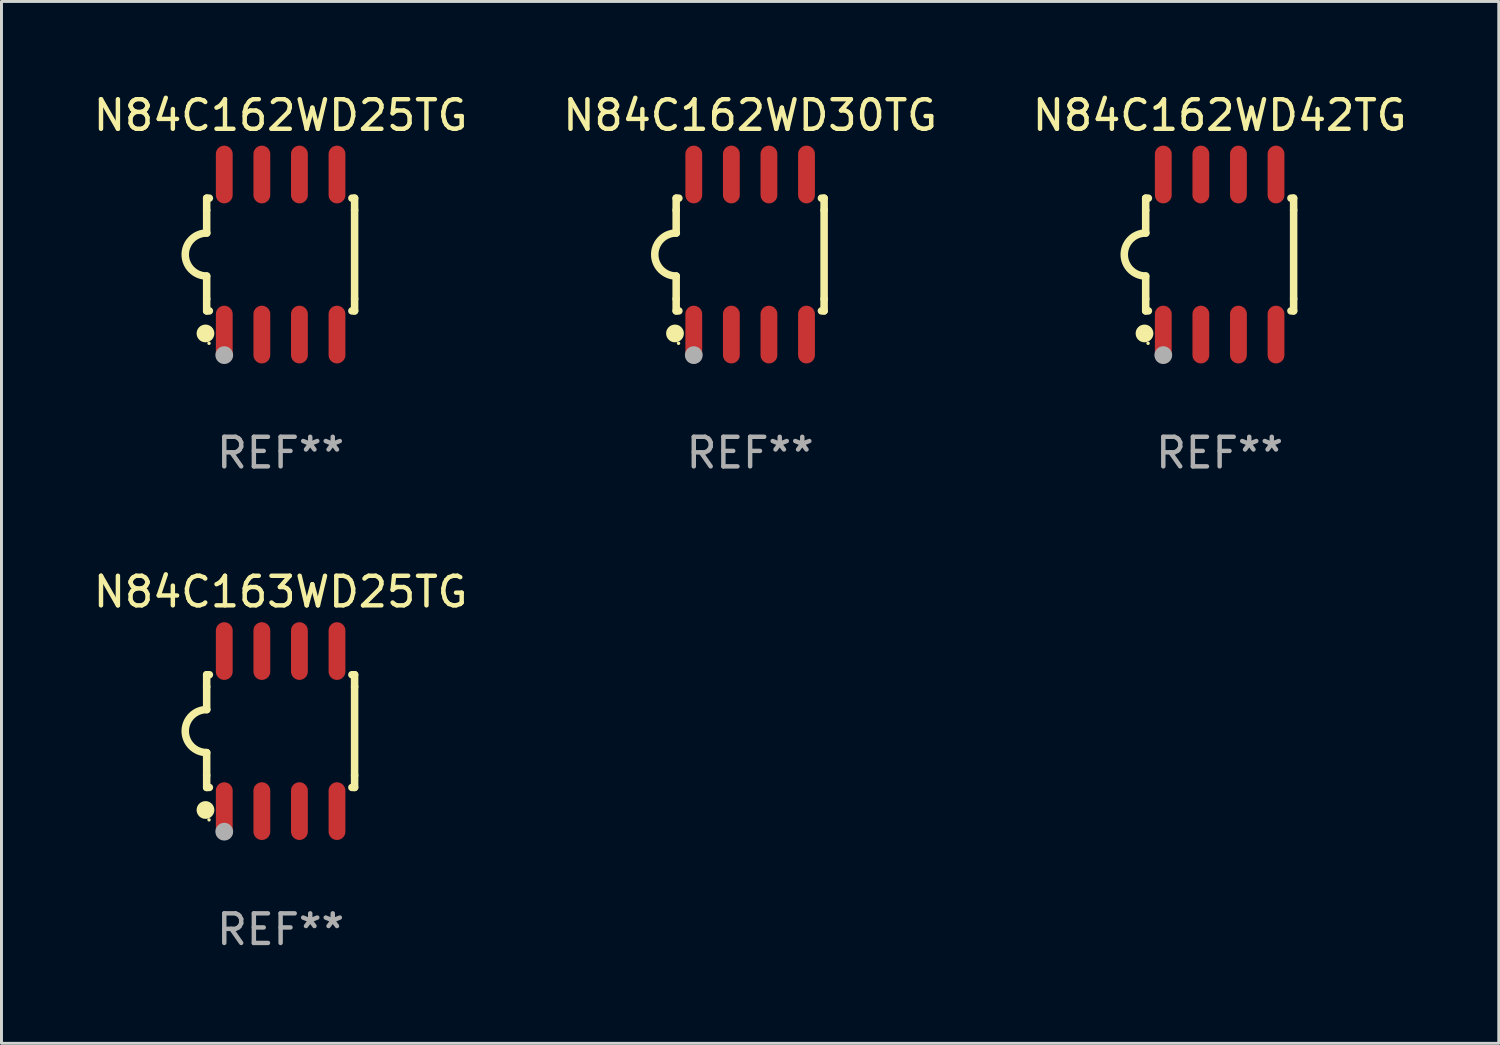
<source format=kicad_pcb>
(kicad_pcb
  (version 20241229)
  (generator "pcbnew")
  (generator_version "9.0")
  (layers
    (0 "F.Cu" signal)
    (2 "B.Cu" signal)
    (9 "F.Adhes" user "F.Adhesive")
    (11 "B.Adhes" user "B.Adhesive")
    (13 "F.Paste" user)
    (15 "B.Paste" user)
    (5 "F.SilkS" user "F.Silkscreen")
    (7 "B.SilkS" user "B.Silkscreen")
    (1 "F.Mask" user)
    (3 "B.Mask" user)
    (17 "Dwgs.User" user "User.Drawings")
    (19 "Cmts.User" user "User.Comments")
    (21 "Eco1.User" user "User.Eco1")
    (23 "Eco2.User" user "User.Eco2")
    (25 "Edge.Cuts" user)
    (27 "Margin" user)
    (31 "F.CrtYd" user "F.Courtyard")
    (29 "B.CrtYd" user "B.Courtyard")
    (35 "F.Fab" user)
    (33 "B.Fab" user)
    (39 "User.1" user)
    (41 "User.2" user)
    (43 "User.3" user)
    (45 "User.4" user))
  (footprint "N84C163WD25TG"
    (layer "F.Cu")
    (at 6.435 21.66)
    (property "Reference" "N84C163WD25TG" (at 0 -4.705 0) (layer "F.SilkS") (effects (font (size 1 1) (thickness 0.15))))
    (attr through_hole)
    (fp_line (start -2.5 -1.905) (end -2.409 -1.905) (stroke (width 0.254) (type solid)) (layer "F.SilkS"))
    (fp_line (start -2.5 -1.5) (end -2.5 -1.905) (stroke (width 0.254) (type solid)) (layer "F.SilkS"))
    (fp_line (start -2.5 -1.5) (end -2.5 -0.726) (stroke (width 0.254) (type solid)) (layer "F.SilkS"))
    (fp_line (start -2.5 1.5) (end -2.5 0.727) (stroke (width 0.254) (type solid)) (layer "F.SilkS"))
    (fp_line (start -2.5 1.5) (end -2.5 1.905) (stroke (width 0.254) (type solid)) (layer "F.SilkS"))
    (fp_line (start -2.5 1.905) (end -2.409 1.905) (stroke (width 0.254) (type solid)) (layer "F.SilkS"))
    (fp_line (start 2.5 -1.905) (end 2.409 -1.905) (stroke (width 0.254) (type solid)) (layer "F.SilkS"))
    (fp_line (start 2.5 -1.5) (end 2.5 -1.905) (stroke (width 0.254) (type solid)) (layer "F.SilkS"))
    (fp_line (start 2.5 -1.5) (end 2.5 1.5) (stroke (width 0.254) (type solid)) (layer "F.SilkS"))
    (fp_line (start 2.5 1.5) (end 2.5 1.905) (stroke (width 0.254) (type solid)) (layer "F.SilkS"))
    (fp_line (start 2.5 1.905) (end 2.409 1.905) (stroke (width 0.254) (type solid)) (layer "F.SilkS"))
    (fp_arc (start -2.5 0.726568) (mid -3.220316 -0.0023) (end -2.495097 -0.726289) (stroke (width 0.254001) (type solid)) (layer "F.SilkS"))
    (fp_circle (center -2.54 2.667) (end -2.39 2.667) (stroke (width 0.3) (type solid)) (fill no) (layer "F.SilkS"))
    (fp_circle (center -2.42 3) (end -2.39 3) (stroke (width 0.06) (type solid)) (fill no) (layer "F.SilkS"))
    (fp_circle (center -1.905 3.4) (end -1.755 3.4) (stroke (width 0.3) (type solid)) (fill no) (layer "F.Fab"))
    (fp_text user "REF**" (at 0 6.705 0) (layer "F.Fab") (effects (font (size 1 1) (thickness 0.15))))
    (pad "1" smd oval (at -1.905 2.705) (size 0.568 1.95) (layers "F.Cu" "F.Mask" "F.Paste"))
    (pad "2" smd oval (at -0.635 2.705) (size 0.568 1.95) (layers "F.Cu" "F.Mask" "F.Paste"))
    (pad "3" smd oval (at 0.635 2.705) (size 0.568 1.95) (layers "F.Cu" "F.Mask" "F.Paste"))
    (pad "4" smd oval (at 1.905 2.705) (size 0.568 1.95) (layers "F.Cu" "F.Mask" "F.Paste"))
    (pad "5" smd oval (at 1.905 -2.705) (size 0.568 1.95) (layers "F.Cu" "F.Mask" "F.Paste"))
    (pad "6" smd oval (at 0.635 -2.705) (size 0.568 1.95) (layers "F.Cu" "F.Mask" "F.Paste"))
    (pad "7" smd oval (at -0.635 -2.705) (size 0.568 1.95) (layers "F.Cu" "F.Mask" "F.Paste"))
    (pad "8" smd oval (at -1.905 -2.705) (size 0.568 1.95) (layers "F.Cu" "F.Mask" "F.Paste")))
  (footprint "N84C162WD25TG"
    (layer "F.Cu")
    (at 6.435 5.553)
    (property "Reference" "N84C162WD25TG" (at 0 -4.705 0) (layer "F.SilkS") (effects (font (size 1 1) (thickness 0.15))))
    (attr through_hole)
    (fp_line (start -2.5 -1.905) (end -2.409 -1.905) (stroke (width 0.254) (type solid)) (layer "F.SilkS"))
    (fp_line (start -2.5 -1.5) (end -2.5 -1.905) (stroke (width 0.254) (type solid)) (layer "F.SilkS"))
    (fp_line (start -2.5 -1.5) (end -2.5 -0.726) (stroke (width 0.254) (type solid)) (layer "F.SilkS"))
    (fp_line (start -2.5 1.5) (end -2.5 0.727) (stroke (width 0.254) (type solid)) (layer "F.SilkS"))
    (fp_line (start -2.5 1.5) (end -2.5 1.905) (stroke (width 0.254) (type solid)) (layer "F.SilkS"))
    (fp_line (start -2.5 1.905) (end -2.409 1.905) (stroke (width 0.254) (type solid)) (layer "F.SilkS"))
    (fp_line (start 2.5 -1.905) (end 2.409 -1.905) (stroke (width 0.254) (type solid)) (layer "F.SilkS"))
    (fp_line (start 2.5 -1.5) (end 2.5 -1.905) (stroke (width 0.254) (type solid)) (layer "F.SilkS"))
    (fp_line (start 2.5 -1.5) (end 2.5 1.5) (stroke (width 0.254) (type solid)) (layer "F.SilkS"))
    (fp_line (start 2.5 1.5) (end 2.5 1.905) (stroke (width 0.254) (type solid)) (layer "F.SilkS"))
    (fp_line (start 2.5 1.905) (end 2.409 1.905) (stroke (width 0.254) (type solid)) (layer "F.SilkS"))
    (fp_arc (start -2.5 0.726568) (mid -3.220316 -0.0023) (end -2.495097 -0.726289) (stroke (width 0.254001) (type solid)) (layer "F.SilkS"))
    (fp_circle (center -2.54 2.667) (end -2.39 2.667) (stroke (width 0.3) (type solid)) (fill no) (layer "F.SilkS"))
    (fp_circle (center -2.42 3) (end -2.39 3) (stroke (width 0.06) (type solid)) (fill no) (layer "F.SilkS"))
    (fp_circle (center -1.905 3.4) (end -1.755 3.4) (stroke (width 0.3) (type solid)) (fill no) (layer "F.Fab"))
    (fp_text user "REF**" (at 0 6.705 0) (layer "F.Fab") (effects (font (size 1 1) (thickness 0.15))))
    (pad "1" smd oval (at -1.905 2.705) (size 0.568 1.95) (layers "F.Cu" "F.Mask" "F.Paste"))
    (pad "2" smd oval (at -0.635 2.705) (size 0.568 1.95) (layers "F.Cu" "F.Mask" "F.Paste"))
    (pad "3" smd oval (at 0.635 2.705) (size 0.568 1.95) (layers "F.Cu" "F.Mask" "F.Paste"))
    (pad "4" smd oval (at 1.905 2.705) (size 0.568 1.95) (layers "F.Cu" "F.Mask" "F.Paste"))
    (pad "5" smd oval (at 1.905 -2.705) (size 0.568 1.95) (layers "F.Cu" "F.Mask" "F.Paste"))
    (pad "6" smd oval (at 0.635 -2.705) (size 0.568 1.95) (layers "F.Cu" "F.Mask" "F.Paste"))
    (pad "7" smd oval (at -0.635 -2.705) (size 0.568 1.95) (layers "F.Cu" "F.Mask" "F.Paste"))
    (pad "8" smd oval (at -1.905 -2.705) (size 0.568 1.95) (layers "F.Cu" "F.Mask" "F.Paste")))
  (footprint "N84C162WD30TG"
    (layer "F.Cu")
    (at 22.304 5.553)
    (property "Reference" "N84C162WD30TG" (at 0 -4.705 0) (layer "F.SilkS") (effects (font (size 1 1) (thickness 0.15))))
    (attr through_hole)
    (fp_line (start -2.5 -1.905) (end -2.409 -1.905) (stroke (width 0.254) (type solid)) (layer "F.SilkS"))
    (fp_line (start -2.5 -1.5) (end -2.5 -1.905) (stroke (width 0.254) (type solid)) (layer "F.SilkS"))
    (fp_line (start -2.5 -1.5) (end -2.5 -0.726) (stroke (width 0.254) (type solid)) (layer "F.SilkS"))
    (fp_line (start -2.5 1.5) (end -2.5 0.727) (stroke (width 0.254) (type solid)) (layer "F.SilkS"))
    (fp_line (start -2.5 1.5) (end -2.5 1.905) (stroke (width 0.254) (type solid)) (layer "F.SilkS"))
    (fp_line (start -2.5 1.905) (end -2.409 1.905) (stroke (width 0.254) (type solid)) (layer "F.SilkS"))
    (fp_line (start 2.5 -1.905) (end 2.409 -1.905) (stroke (width 0.254) (type solid)) (layer "F.SilkS"))
    (fp_line (start 2.5 -1.5) (end 2.5 -1.905) (stroke (width 0.254) (type solid)) (layer "F.SilkS"))
    (fp_line (start 2.5 -1.5) (end 2.5 1.5) (stroke (width 0.254) (type solid)) (layer "F.SilkS"))
    (fp_line (start 2.5 1.5) (end 2.5 1.905) (stroke (width 0.254) (type solid)) (layer "F.SilkS"))
    (fp_line (start 2.5 1.905) (end 2.409 1.905) (stroke (width 0.254) (type solid)) (layer "F.SilkS"))
    (fp_arc (start -2.5 0.726568) (mid -3.220316 -0.0023) (end -2.495097 -0.726289) (stroke (width 0.254001) (type solid)) (layer "F.SilkS"))
    (fp_circle (center -2.54 2.667) (end -2.39 2.667) (stroke (width 0.3) (type solid)) (fill no) (layer "F.SilkS"))
    (fp_circle (center -2.42 3) (end -2.39 3) (stroke (width 0.06) (type solid)) (fill no) (layer "F.SilkS"))
    (fp_circle (center -1.905 3.4) (end -1.755 3.4) (stroke (width 0.3) (type solid)) (fill no) (layer "F.Fab"))
    (fp_text user "REF**" (at 0 6.705 0) (layer "F.Fab") (effects (font (size 1 1) (thickness 0.15))))
    (pad "1" smd oval (at -1.905 2.705) (size 0.568 1.95) (layers "F.Cu" "F.Mask" "F.Paste"))
    (pad "2" smd oval (at -0.635 2.705) (size 0.568 1.95) (layers "F.Cu" "F.Mask" "F.Paste"))
    (pad "3" smd oval (at 0.635 2.705) (size 0.568 1.95) (layers "F.Cu" "F.Mask" "F.Paste"))
    (pad "4" smd oval (at 1.905 2.705) (size 0.568 1.95) (layers "F.Cu" "F.Mask" "F.Paste"))
    (pad "5" smd oval (at 1.905 -2.705) (size 0.568 1.95) (layers "F.Cu" "F.Mask" "F.Paste"))
    (pad "6" smd oval (at 0.635 -2.705) (size 0.568 1.95) (layers "F.Cu" "F.Mask" "F.Paste"))
    (pad "7" smd oval (at -0.635 -2.705) (size 0.568 1.95) (layers "F.Cu" "F.Mask" "F.Paste"))
    (pad "8" smd oval (at -1.905 -2.705) (size 0.568 1.95) (layers "F.Cu" "F.Mask" "F.Paste")))
  (footprint "N84C162WD42TG"
    (layer "F.Cu")
    (at 38.173 5.553)
    (property "Reference" "N84C162WD42TG" (at 0 -4.705 0) (layer "F.SilkS") (effects (font (size 1 1) (thickness 0.15))))
    (attr through_hole)
    (fp_line (start -2.5 -1.905) (end -2.409 -1.905) (stroke (width 0.254) (type solid)) (layer "F.SilkS"))
    (fp_line (start -2.5 -1.5) (end -2.5 -1.905) (stroke (width 0.254) (type solid)) (layer "F.SilkS"))
    (fp_line (start -2.5 -1.5) (end -2.5 -0.726) (stroke (width 0.254) (type solid)) (layer "F.SilkS"))
    (fp_line (start -2.5 1.5) (end -2.5 0.727) (stroke (width 0.254) (type solid)) (layer "F.SilkS"))
    (fp_line (start -2.5 1.5) (end -2.5 1.905) (stroke (width 0.254) (type solid)) (layer "F.SilkS"))
    (fp_line (start -2.5 1.905) (end -2.409 1.905) (stroke (width 0.254) (type solid)) (layer "F.SilkS"))
    (fp_line (start 2.5 -1.905) (end 2.409 -1.905) (stroke (width 0.254) (type solid)) (layer "F.SilkS"))
    (fp_line (start 2.5 -1.5) (end 2.5 -1.905) (stroke (width 0.254) (type solid)) (layer "F.SilkS"))
    (fp_line (start 2.5 -1.5) (end 2.5 1.5) (stroke (width 0.254) (type solid)) (layer "F.SilkS"))
    (fp_line (start 2.5 1.5) (end 2.5 1.905) (stroke (width 0.254) (type solid)) (layer "F.SilkS"))
    (fp_line (start 2.5 1.905) (end 2.409 1.905) (stroke (width 0.254) (type solid)) (layer "F.SilkS"))
    (fp_arc (start -2.5 0.726568) (mid -3.220316 -0.0023) (end -2.495097 -0.726289) (stroke (width 0.254001) (type solid)) (layer "F.SilkS"))
    (fp_circle (center -2.54 2.667) (end -2.39 2.667) (stroke (width 0.3) (type solid)) (fill no) (layer "F.SilkS"))
    (fp_circle (center -2.42 3) (end -2.39 3) (stroke (width 0.06) (type solid)) (fill no) (layer "F.SilkS"))
    (fp_circle (center -1.905 3.4) (end -1.755 3.4) (stroke (width 0.3) (type solid)) (fill no) (layer "F.Fab"))
    (fp_text user "REF**" (at 0 6.705 0) (layer "F.Fab") (effects (font (size 1 1) (thickness 0.15))))
    (pad "1" smd oval (at -1.905 2.705) (size 0.568 1.95) (layers "F.Cu" "F.Mask" "F.Paste"))
    (pad "2" smd oval (at -0.635 2.705) (size 0.568 1.95) (layers "F.Cu" "F.Mask" "F.Paste"))
    (pad "3" smd oval (at 0.635 2.705) (size 0.568 1.95) (layers "F.Cu" "F.Mask" "F.Paste"))
    (pad "4" smd oval (at 1.905 2.705) (size 0.568 1.95) (layers "F.Cu" "F.Mask" "F.Paste"))
    (pad "5" smd oval (at 1.905 -2.705) (size 0.568 1.95) (layers "F.Cu" "F.Mask" "F.Paste"))
    (pad "6" smd oval (at 0.635 -2.705) (size 0.568 1.95) (layers "F.Cu" "F.Mask" "F.Paste"))
    (pad "7" smd oval (at -0.635 -2.705) (size 0.568 1.95) (layers "F.Cu" "F.Mask" "F.Paste"))
    (pad "8" smd oval (at -1.905 -2.705) (size 0.568 1.95) (layers "F.Cu" "F.Mask" "F.Paste")))
  (gr_rect
    (start -3 -3)
    (end 47.607 32.213)
    (stroke (width 0.1) (type default))
    (fill no)
    (layer "Edge.Cuts")))
</source>
